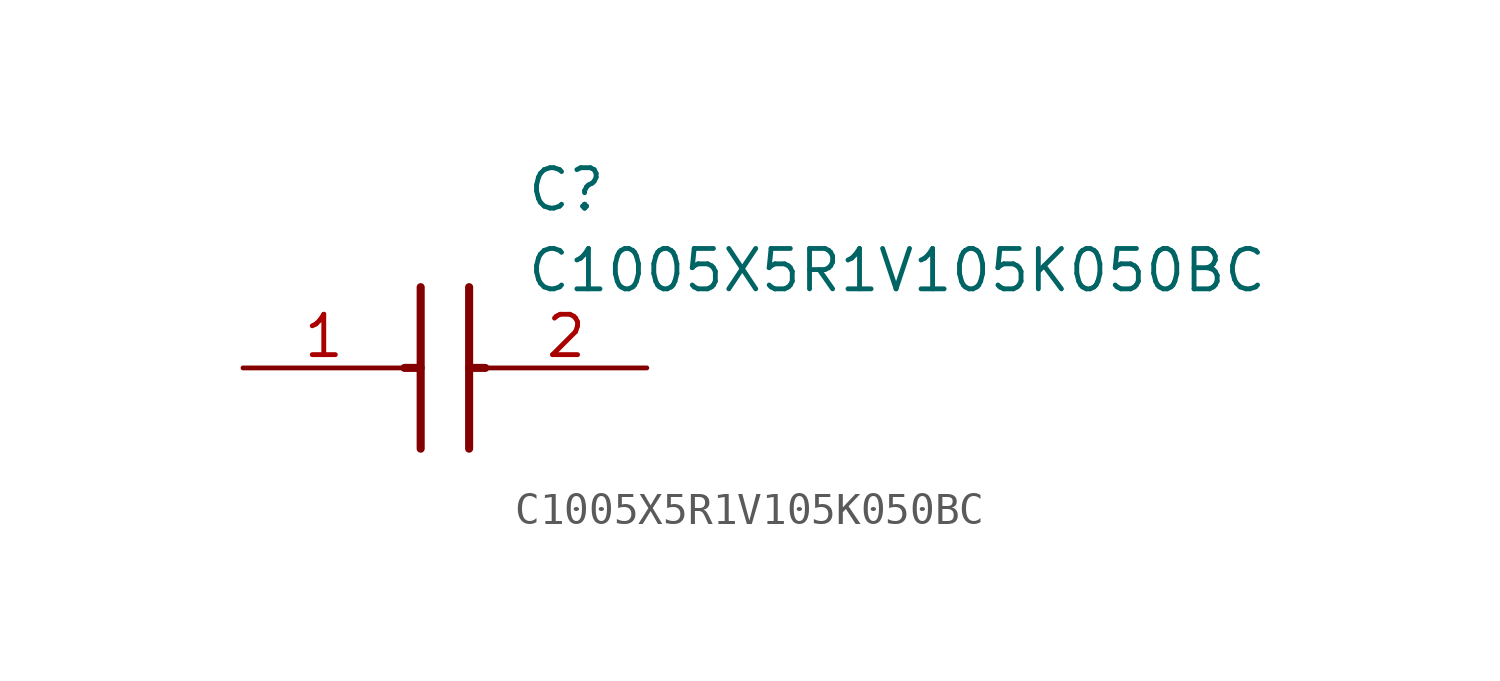
<source format=kicad_sym>
(kicad_symbol_lib
  (version 20211014)
  (generator SamacSys_ECAD_Model)
  (symbol "C1005X5R1V105K050BC"
    (pin_names hide)
    (property "Reference" "C"
      (at 8.89 6.35 0)
      (effects (font (size 1.27 1.27)) (justify left top)))
    (property "Value" "C1005X5R1V105K050BC"
      (at 8.89 3.81 0)
      (effects (font (size 1.27 1.27)) (justify left top)))
    (polyline
      (pts (xy 5.588 2.54) (xy 5.588 -2.54))
      (stroke (width 0.254) (type default))
      (fill (type none)))
    (polyline
      (pts (xy 7.112 2.54) (xy 7.112 -2.54))
      (stroke (width 0.254) (type default))
      (fill (type none)))
    (polyline
      (pts (xy 5.08 0) (xy 5.588 0))
      (stroke (width 0.254) (type default))
      (fill (type none)))
    (polyline
      (pts (xy 7.112 0) (xy 7.62 0))
      (stroke (width 0.254) (type default))
      (fill (type none)))
    (pin passive line
      (at 0 0 0)
      (length 5.08)
      (name "1" (effects (font (size 1.27 1.27))))
      (number "1" (effects (font (size 1.27 1.27)))))
    (pin passive line
      (at 12.7 0 180)
      (length 5.08)
      (name "2" (effects (font (size 1.27 1.27))))
      (number "2" (effects (font (size 1.27 1.27)))))))
</source>
